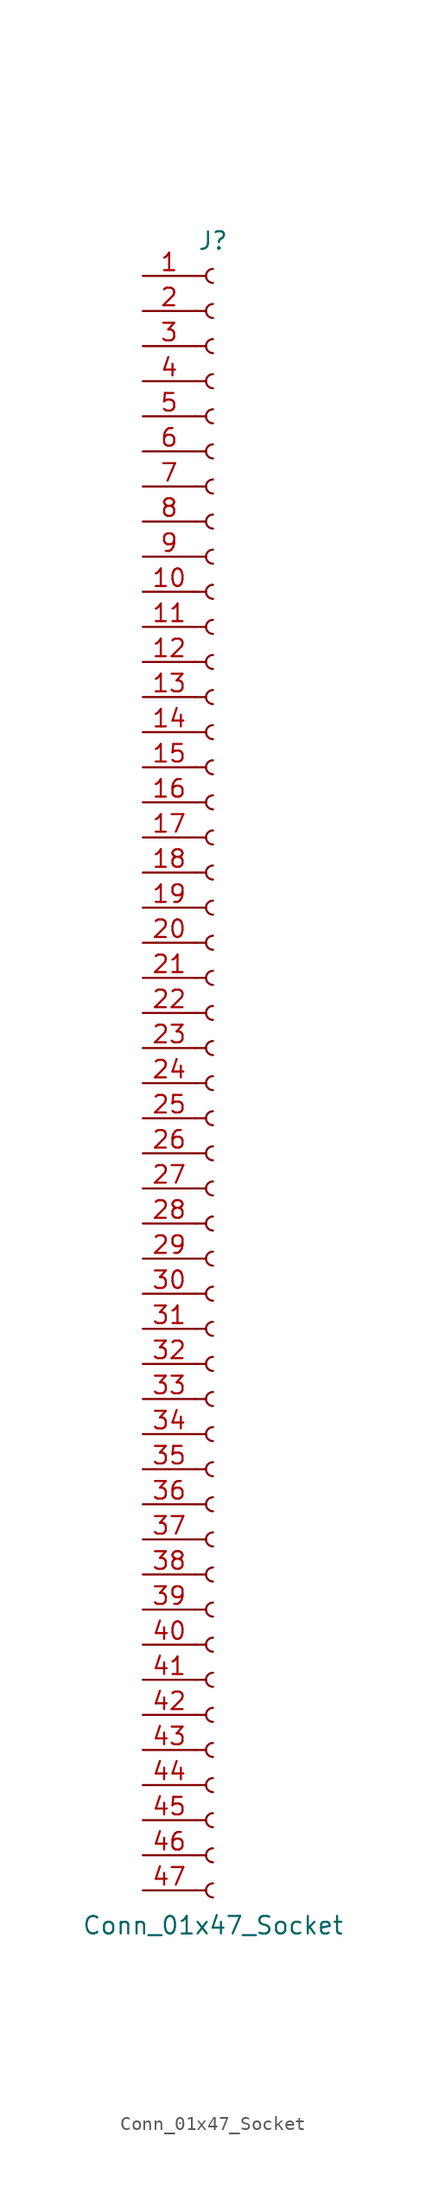
<source format=kicad_sym>
(kicad_symbol_lib
  (version 20241209)
  (generator "kicad_symbol_editor")
  (generator_version "9.0")
  (symbol "Conn_01x47_Socket"
    (pin_names
      (offset 1.016)
      (hide yes))
    (property "Reference" "J"
      (at 0 60.96 0)
      (effects (font (size 1.27 1.27))))
    (property "Value" "Conn_01x47_Socket"
      (at 0 -60.96 0)
      (effects (font (size 1.27 1.27))))
    (property "ki_locked" ""
      (at 0 0 0)
      (effects (font (size 1.27 1.27))))
    (symbol "Conn_01x47_Socket_1_1"
      (polyline (pts (xy -1.27 58.42) (xy -0.508 58.42)) (stroke (width 0.152) (type default)) (fill (type none)))
      (polyline (pts (xy -1.27 55.88) (xy -0.508 55.88)) (stroke (width 0.152) (type default)) (fill (type none)))
      (polyline (pts (xy -1.27 53.34) (xy -0.508 53.34)) (stroke (width 0.152) (type default)) (fill (type none)))
      (polyline (pts (xy -1.27 50.8) (xy -0.508 50.8)) (stroke (width 0.152) (type default)) (fill (type none)))
      (polyline (pts (xy -1.27 48.26) (xy -0.508 48.26)) (stroke (width 0.152) (type default)) (fill (type none)))
      (polyline (pts (xy -1.27 45.72) (xy -0.508 45.72)) (stroke (width 0.152) (type default)) (fill (type none)))
      (polyline (pts (xy -1.27 43.18) (xy -0.508 43.18)) (stroke (width 0.152) (type default)) (fill (type none)))
      (polyline (pts (xy -1.27 40.64) (xy -0.508 40.64)) (stroke (width 0.152) (type default)) (fill (type none)))
      (polyline (pts (xy -1.27 38.1) (xy -0.508 38.1)) (stroke (width 0.152) (type default)) (fill (type none)))
      (polyline (pts (xy -1.27 35.56) (xy -0.508 35.56)) (stroke (width 0.152) (type default)) (fill (type none)))
      (polyline (pts (xy -1.27 33.02) (xy -0.508 33.02)) (stroke (width 0.152) (type default)) (fill (type none)))
      (polyline (pts (xy -1.27 30.48) (xy -0.508 30.48)) (stroke (width 0.152) (type default)) (fill (type none)))
      (polyline (pts (xy -1.27 27.94) (xy -0.508 27.94)) (stroke (width 0.152) (type default)) (fill (type none)))
      (polyline (pts (xy -1.27 25.4) (xy -0.508 25.4)) (stroke (width 0.152) (type default)) (fill (type none)))
      (polyline (pts (xy -1.27 22.86) (xy -0.508 22.86)) (stroke (width 0.152) (type default)) (fill (type none)))
      (polyline (pts (xy -1.27 20.32) (xy -0.508 20.32)) (stroke (width 0.152) (type default)) (fill (type none)))
      (polyline (pts (xy -1.27 17.78) (xy -0.508 17.78)) (stroke (width 0.152) (type default)) (fill (type none)))
      (polyline (pts (xy -1.27 15.24) (xy -0.508 15.24)) (stroke (width 0.152) (type default)) (fill (type none)))
      (polyline (pts (xy -1.27 12.7) (xy -0.508 12.7)) (stroke (width 0.152) (type default)) (fill (type none)))
      (polyline (pts (xy -1.27 10.16) (xy -0.508 10.16)) (stroke (width 0.152) (type default)) (fill (type none)))
      (polyline (pts (xy -1.27 7.62) (xy -0.508 7.62)) (stroke (width 0.152) (type default)) (fill (type none)))
      (polyline (pts (xy -1.27 5.08) (xy -0.508 5.08)) (stroke (width 0.152) (type default)) (fill (type none)))
      (polyline (pts (xy -1.27 2.54) (xy -0.508 2.54)) (stroke (width 0.152) (type default)) (fill (type none)))
      (polyline (pts (xy -1.27 0) (xy -0.508 0)) (stroke (width 0.152) (type default)) (fill (type none)))
      (polyline (pts (xy -1.27 -2.54) (xy -0.508 -2.54)) (stroke (width 0.152) (type default)) (fill (type none)))
      (polyline (pts (xy -1.27 -5.08) (xy -0.508 -5.08)) (stroke (width 0.152) (type default)) (fill (type none)))
      (polyline (pts (xy -1.27 -7.62) (xy -0.508 -7.62)) (stroke (width 0.152) (type default)) (fill (type none)))
      (polyline (pts (xy -1.27 -10.16) (xy -0.508 -10.16)) (stroke (width 0.152) (type default)) (fill (type none)))
      (polyline (pts (xy -1.27 -12.7) (xy -0.508 -12.7)) (stroke (width 0.152) (type default)) (fill (type none)))
      (polyline (pts (xy -1.27 -15.24) (xy -0.508 -15.24)) (stroke (width 0.152) (type default)) (fill (type none)))
      (polyline (pts (xy -1.27 -17.78) (xy -0.508 -17.78)) (stroke (width 0.152) (type default)) (fill (type none)))
      (polyline (pts (xy -1.27 -20.32) (xy -0.508 -20.32)) (stroke (width 0.152) (type default)) (fill (type none)))
      (polyline (pts (xy -1.27 -22.86) (xy -0.508 -22.86)) (stroke (width 0.152) (type default)) (fill (type none)))
      (polyline (pts (xy -1.27 -25.4) (xy -0.508 -25.4)) (stroke (width 0.152) (type default)) (fill (type none)))
      (polyline (pts (xy -1.27 -27.94) (xy -0.508 -27.94)) (stroke (width 0.152) (type default)) (fill (type none)))
      (polyline (pts (xy -1.27 -30.48) (xy -0.508 -30.48)) (stroke (width 0.152) (type default)) (fill (type none)))
      (polyline (pts (xy -1.27 -33.02) (xy -0.508 -33.02)) (stroke (width 0.152) (type default)) (fill (type none)))
      (polyline (pts (xy -1.27 -35.56) (xy -0.508 -35.56)) (stroke (width 0.152) (type default)) (fill (type none)))
      (polyline (pts (xy -1.27 -38.1) (xy -0.508 -38.1)) (stroke (width 0.152) (type default)) (fill (type none)))
      (polyline (pts (xy -1.27 -40.64) (xy -0.508 -40.64)) (stroke (width 0.152) (type default)) (fill (type none)))
      (polyline (pts (xy -1.27 -43.18) (xy -0.508 -43.18)) (stroke (width 0.152) (type default)) (fill (type none)))
      (polyline (pts (xy -1.27 -45.72) (xy -0.508 -45.72)) (stroke (width 0.152) (type default)) (fill (type none)))
      (polyline (pts (xy -1.27 -48.26) (xy -0.508 -48.26)) (stroke (width 0.152) (type default)) (fill (type none)))
      (polyline (pts (xy -1.27 -50.8) (xy -0.508 -50.8)) (stroke (width 0.152) (type default)) (fill (type none)))
      (polyline (pts (xy -1.27 -53.34) (xy -0.508 -53.34)) (stroke (width 0.152) (type default)) (fill (type none)))
      (polyline (pts (xy -1.27 -55.88) (xy -0.508 -55.88)) (stroke (width 0.152) (type default)) (fill (type none)))
      (polyline (pts (xy -1.27 -58.42) (xy -0.508 -58.42)) (stroke (width 0.152) (type default)) (fill (type none)))
      (arc (start 0 57.912) (mid -0.5058 58.42) (end 0 58.928) (stroke (width 0.1524) (type default)) (fill (type none)))
      (arc (start 0 55.372) (mid -0.5058 55.88) (end 0 56.388) (stroke (width 0.1524) (type default)) (fill (type none)))
      (arc (start 0 52.832) (mid -0.5058 53.34) (end 0 53.848) (stroke (width 0.1524) (type default)) (fill (type none)))
      (arc (start 0 50.292) (mid -0.5058 50.8) (end 0 51.308) (stroke (width 0.1524) (type default)) (fill (type none)))
      (arc (start 0 47.752) (mid -0.5058 48.26) (end 0 48.768) (stroke (width 0.1524) (type default)) (fill (type none)))
      (arc (start 0 45.212) (mid -0.5058 45.72) (end 0 46.228) (stroke (width 0.1524) (type default)) (fill (type none)))
      (arc (start 0 42.672) (mid -0.5058 43.18) (end 0 43.688) (stroke (width 0.1524) (type default)) (fill (type none)))
      (arc (start 0 40.132) (mid -0.5058 40.64) (end 0 41.148) (stroke (width 0.1524) (type default)) (fill (type none)))
      (arc (start 0 37.592) (mid -0.5058 38.1) (end 0 38.608) (stroke (width 0.1524) (type default)) (fill (type none)))
      (arc (start 0 35.052) (mid -0.5058 35.56) (end 0 36.068) (stroke (width 0.1524) (type default)) (fill (type none)))
      (arc (start 0 32.512) (mid -0.5058 33.02) (end 0 33.528) (stroke (width 0.1524) (type default)) (fill (type none)))
      (arc (start 0 29.972) (mid -0.5058 30.48) (end 0 30.988) (stroke (width 0.1524) (type default)) (fill (type none)))
      (arc (start 0 27.432) (mid -0.5058 27.94) (end 0 28.448) (stroke (width 0.1524) (type default)) (fill (type none)))
      (arc (start 0 24.892) (mid -0.5058 25.4) (end 0 25.908) (stroke (width 0.1524) (type default)) (fill (type none)))
      (arc (start 0 22.352) (mid -0.5058 22.86) (end 0 23.368) (stroke (width 0.1524) (type default)) (fill (type none)))
      (arc (start 0 19.812) (mid -0.5058 20.32) (end 0 20.828) (stroke (width 0.1524) (type default)) (fill (type none)))
      (arc (start 0 17.272) (mid -0.5058 17.78) (end 0 18.288) (stroke (width 0.1524) (type default)) (fill (type none)))
      (arc (start 0 14.732) (mid -0.5058 15.24) (end 0 15.748) (stroke (width 0.1524) (type default)) (fill (type none)))
      (arc (start 0 12.192) (mid -0.5058 12.7) (end 0 13.208) (stroke (width 0.1524) (type default)) (fill (type none)))
      (arc (start 0 9.652) (mid -0.5058 10.16) (end 0 10.668) (stroke (width 0.1524) (type default)) (fill (type none)))
      (arc (start 0 7.112) (mid -0.5058 7.62) (end 0 8.128) (stroke (width 0.1524) (type default)) (fill (type none)))
      (arc (start 0 4.572) (mid -0.5058 5.08) (end 0 5.588) (stroke (width 0.1524) (type default)) (fill (type none)))
      (arc (start 0 2.032) (mid -0.5058 2.54) (end 0 3.048) (stroke (width 0.1524) (type default)) (fill (type none)))
      (arc (start 0 -0.508) (mid -0.5058 0) (end 0 0.508) (stroke (width 0.1524) (type default)) (fill (type none)))
      (arc (start 0 -3.048) (mid -0.5058 -2.54) (end 0 -2.032) (stroke (width 0.1524) (type default)) (fill (type none)))
      (arc (start 0 -5.588) (mid -0.5058 -5.08) (end 0 -4.572) (stroke (width 0.1524) (type default)) (fill (type none)))
      (arc (start 0 -8.128) (mid -0.5058 -7.62) (end 0 -7.112) (stroke (width 0.1524) (type default)) (fill (type none)))
      (arc (start 0 -10.668) (mid -0.5058 -10.16) (end 0 -9.652) (stroke (width 0.1524) (type default)) (fill (type none)))
      (arc (start 0 -13.208) (mid -0.5058 -12.7) (end 0 -12.192) (stroke (width 0.1524) (type default)) (fill (type none)))
      (arc (start 0 -15.748) (mid -0.5058 -15.24) (end 0 -14.732) (stroke (width 0.1524) (type default)) (fill (type none)))
      (arc (start 0 -18.288) (mid -0.5058 -17.78) (end 0 -17.272) (stroke (width 0.1524) (type default)) (fill (type none)))
      (arc (start 0 -20.828) (mid -0.5058 -20.32) (end 0 -19.812) (stroke (width 0.1524) (type default)) (fill (type none)))
      (arc (start 0 -23.368) (mid -0.5058 -22.86) (end 0 -22.352) (stroke (width 0.1524) (type default)) (fill (type none)))
      (arc (start 0 -25.908) (mid -0.5058 -25.4) (end 0 -24.892) (stroke (width 0.1524) (type default)) (fill (type none)))
      (arc (start 0 -28.448) (mid -0.5058 -27.94) (end 0 -27.432) (stroke (width 0.1524) (type default)) (fill (type none)))
      (arc (start 0 -30.988) (mid -0.5058 -30.48) (end 0 -29.972) (stroke (width 0.1524) (type default)) (fill (type none)))
      (arc (start 0 -33.528) (mid -0.5058 -33.02) (end 0 -32.512) (stroke (width 0.1524) (type default)) (fill (type none)))
      (arc (start 0 -36.068) (mid -0.5058 -35.56) (end 0 -35.052) (stroke (width 0.1524) (type default)) (fill (type none)))
      (arc (start 0 -38.608) (mid -0.5058 -38.1) (end 0 -37.592) (stroke (width 0.1524) (type default)) (fill (type none)))
      (arc (start 0 -41.148) (mid -0.5058 -40.64) (end 0 -40.132) (stroke (width 0.1524) (type default)) (fill (type none)))
      (arc (start 0 -43.688) (mid -0.5058 -43.18) (end 0 -42.672) (stroke (width 0.1524) (type default)) (fill (type none)))
      (arc (start 0 -46.228) (mid -0.5058 -45.72) (end 0 -45.212) (stroke (width 0.1524) (type default)) (fill (type none)))
      (arc (start 0 -48.768) (mid -0.5058 -48.26) (end 0 -47.752) (stroke (width 0.1524) (type default)) (fill (type none)))
      (arc (start 0 -51.308) (mid -0.5058 -50.8) (end 0 -50.292) (stroke (width 0.1524) (type default)) (fill (type none)))
      (arc (start 0 -53.848) (mid -0.5058 -53.34) (end 0 -52.832) (stroke (width 0.1524) (type default)) (fill (type none)))
      (arc (start 0 -56.388) (mid -0.5058 -55.88) (end 0 -55.372) (stroke (width 0.1524) (type default)) (fill (type none)))
      (arc (start 0 -58.928) (mid -0.5058 -58.42) (end 0 -57.912) (stroke (width 0.1524) (type default)) (fill (type none)))
      (pin passive line (at -5.08 58.42 0) (length 3.81) (name "Pin_1" (effects (font (size 1.27 1.27)))) (number "1" (effects (font (size 1.27 1.27)))))
      (pin passive line (at -5.08 55.88 0) (length 3.81) (name "Pin_2" (effects (font (size 1.27 1.27)))) (number "2" (effects (font (size 1.27 1.27)))))
      (pin passive line (at -5.08 53.34 0) (length 3.81) (name "Pin_3" (effects (font (size 1.27 1.27)))) (number "3" (effects (font (size 1.27 1.27)))))
      (pin passive line (at -5.08 50.8 0) (length 3.81) (name "Pin_4" (effects (font (size 1.27 1.27)))) (number "4" (effects (font (size 1.27 1.27)))))
      (pin passive line (at -5.08 48.26 0) (length 3.81) (name "Pin_5" (effects (font (size 1.27 1.27)))) (number "5" (effects (font (size 1.27 1.27)))))
      (pin passive line (at -5.08 45.72 0) (length 3.81) (name "Pin_6" (effects (font (size 1.27 1.27)))) (number "6" (effects (font (size 1.27 1.27)))))
      (pin passive line (at -5.08 43.18 0) (length 3.81) (name "Pin_7" (effects (font (size 1.27 1.27)))) (number "7" (effects (font (size 1.27 1.27)))))
      (pin passive line (at -5.08 40.64 0) (length 3.81) (name "Pin_8" (effects (font (size 1.27 1.27)))) (number "8" (effects (font (size 1.27 1.27)))))
      (pin passive line (at -5.08 38.1 0) (length 3.81) (name "Pin_9" (effects (font (size 1.27 1.27)))) (number "9" (effects (font (size 1.27 1.27)))))
      (pin passive line (at -5.08 35.56 0) (length 3.81) (name "Pin_10" (effects (font (size 1.27 1.27)))) (number "10" (effects (font (size 1.27 1.27)))))
      (pin passive line (at -5.08 33.02 0) (length 3.81) (name "Pin_11" (effects (font (size 1.27 1.27)))) (number "11" (effects (font (size 1.27 1.27)))))
      (pin passive line (at -5.08 30.48 0) (length 3.81) (name "Pin_12" (effects (font (size 1.27 1.27)))) (number "12" (effects (font (size 1.27 1.27)))))
      (pin passive line (at -5.08 27.94 0) (length 3.81) (name "Pin_13" (effects (font (size 1.27 1.27)))) (number "13" (effects (font (size 1.27 1.27)))))
      (pin passive line (at -5.08 25.4 0) (length 3.81) (name "Pin_14" (effects (font (size 1.27 1.27)))) (number "14" (effects (font (size 1.27 1.27)))))
      (pin passive line (at -5.08 22.86 0) (length 3.81) (name "Pin_15" (effects (font (size 1.27 1.27)))) (number "15" (effects (font (size 1.27 1.27)))))
      (pin passive line (at -5.08 20.32 0) (length 3.81) (name "Pin_16" (effects (font (size 1.27 1.27)))) (number "16" (effects (font (size 1.27 1.27)))))
      (pin passive line (at -5.08 17.78 0) (length 3.81) (name "Pin_17" (effects (font (size 1.27 1.27)))) (number "17" (effects (font (size 1.27 1.27)))))
      (pin passive line (at -5.08 15.24 0) (length 3.81) (name "Pin_18" (effects (font (size 1.27 1.27)))) (number "18" (effects (font (size 1.27 1.27)))))
      (pin passive line (at -5.08 12.7 0) (length 3.81) (name "Pin_19" (effects (font (size 1.27 1.27)))) (number "19" (effects (font (size 1.27 1.27)))))
      (pin passive line (at -5.08 10.16 0) (length 3.81) (name "Pin_20" (effects (font (size 1.27 1.27)))) (number "20" (effects (font (size 1.27 1.27)))))
      (pin passive line (at -5.08 7.62 0) (length 3.81) (name "Pin_21" (effects (font (size 1.27 1.27)))) (number "21" (effects (font (size 1.27 1.27)))))
      (pin passive line (at -5.08 5.08 0) (length 3.81) (name "Pin_22" (effects (font (size 1.27 1.27)))) (number "22" (effects (font (size 1.27 1.27)))))
      (pin passive line (at -5.08 2.54 0) (length 3.81) (name "Pin_23" (effects (font (size 1.27 1.27)))) (number "23" (effects (font (size 1.27 1.27)))))
      (pin passive line (at -5.08 0 0) (length 3.81) (name "Pin_24" (effects (font (size 1.27 1.27)))) (number "24" (effects (font (size 1.27 1.27)))))
      (pin passive line (at -5.08 -2.54 0) (length 3.81) (name "Pin_25" (effects (font (size 1.27 1.27)))) (number "25" (effects (font (size 1.27 1.27)))))
      (pin passive line (at -5.08 -5.08 0) (length 3.81) (name "Pin_26" (effects (font (size 1.27 1.27)))) (number "26" (effects (font (size 1.27 1.27)))))
      (pin passive line (at -5.08 -7.62 0) (length 3.81) (name "Pin_27" (effects (font (size 1.27 1.27)))) (number "27" (effects (font (size 1.27 1.27)))))
      (pin passive line (at -5.08 -10.16 0) (length 3.81) (name "Pin_28" (effects (font (size 1.27 1.27)))) (number "28" (effects (font (size 1.27 1.27)))))
      (pin passive line (at -5.08 -12.7 0) (length 3.81) (name "Pin_29" (effects (font (size 1.27 1.27)))) (number "29" (effects (font (size 1.27 1.27)))))
      (pin passive line (at -5.08 -15.24 0) (length 3.81) (name "Pin_30" (effects (font (size 1.27 1.27)))) (number "30" (effects (font (size 1.27 1.27)))))
      (pin passive line (at -5.08 -17.78 0) (length 3.81) (name "Pin_31" (effects (font (size 1.27 1.27)))) (number "31" (effects (font (size 1.27 1.27)))))
      (pin passive line (at -5.08 -20.32 0) (length 3.81) (name "Pin_32" (effects (font (size 1.27 1.27)))) (number "32" (effects (font (size 1.27 1.27)))))
      (pin passive line (at -5.08 -22.86 0) (length 3.81) (name "Pin_33" (effects (font (size 1.27 1.27)))) (number "33" (effects (font (size 1.27 1.27)))))
      (pin passive line (at -5.08 -25.4 0) (length 3.81) (name "Pin_34" (effects (font (size 1.27 1.27)))) (number "34" (effects (font (size 1.27 1.27)))))
      (pin passive line (at -5.08 -27.94 0) (length 3.81) (name "Pin_35" (effects (font (size 1.27 1.27)))) (number "35" (effects (font (size 1.27 1.27)))))
      (pin passive line (at -5.08 -30.48 0) (length 3.81) (name "Pin_36" (effects (font (size 1.27 1.27)))) (number "36" (effects (font (size 1.27 1.27)))))
      (pin passive line (at -5.08 -33.02 0) (length 3.81) (name "Pin_37" (effects (font (size 1.27 1.27)))) (number "37" (effects (font (size 1.27 1.27)))))
      (pin passive line (at -5.08 -35.56 0) (length 3.81) (name "Pin_38" (effects (font (size 1.27 1.27)))) (number "38" (effects (font (size 1.27 1.27)))))
      (pin passive line (at -5.08 -38.1 0) (length 3.81) (name "Pin_39" (effects (font (size 1.27 1.27)))) (number "39" (effects (font (size 1.27 1.27)))))
      (pin passive line (at -5.08 -40.64 0) (length 3.81) (name "Pin_40" (effects (font (size 1.27 1.27)))) (number "40" (effects (font (size 1.27 1.27)))))
      (pin passive line (at -5.08 -43.18 0) (length 3.81) (name "Pin_41" (effects (font (size 1.27 1.27)))) (number "41" (effects (font (size 1.27 1.27)))))
      (pin passive line (at -5.08 -45.72 0) (length 3.81) (name "Pin_42" (effects (font (size 1.27 1.27)))) (number "42" (effects (font (size 1.27 1.27)))))
      (pin passive line (at -5.08 -48.26 0) (length 3.81) (name "Pin_43" (effects (font (size 1.27 1.27)))) (number "43" (effects (font (size 1.27 1.27)))))
      (pin passive line (at -5.08 -50.8 0) (length 3.81) (name "Pin_44" (effects (font (size 1.27 1.27)))) (number "44" (effects (font (size 1.27 1.27)))))
      (pin passive line (at -5.08 -53.34 0) (length 3.81) (name "Pin_45" (effects (font (size 1.27 1.27)))) (number "45" (effects (font (size 1.27 1.27)))))
      (pin passive line (at -5.08 -55.88 0) (length 3.81) (name "Pin_46" (effects (font (size 1.27 1.27)))) (number "46" (effects (font (size 1.27 1.27)))))
      (pin passive line (at -5.08 -58.42 0) (length 3.81) (name "Pin_47" (effects (font (size 1.27 1.27)))) (number "47" (effects (font (size 1.27 1.27))))))))
</source>
